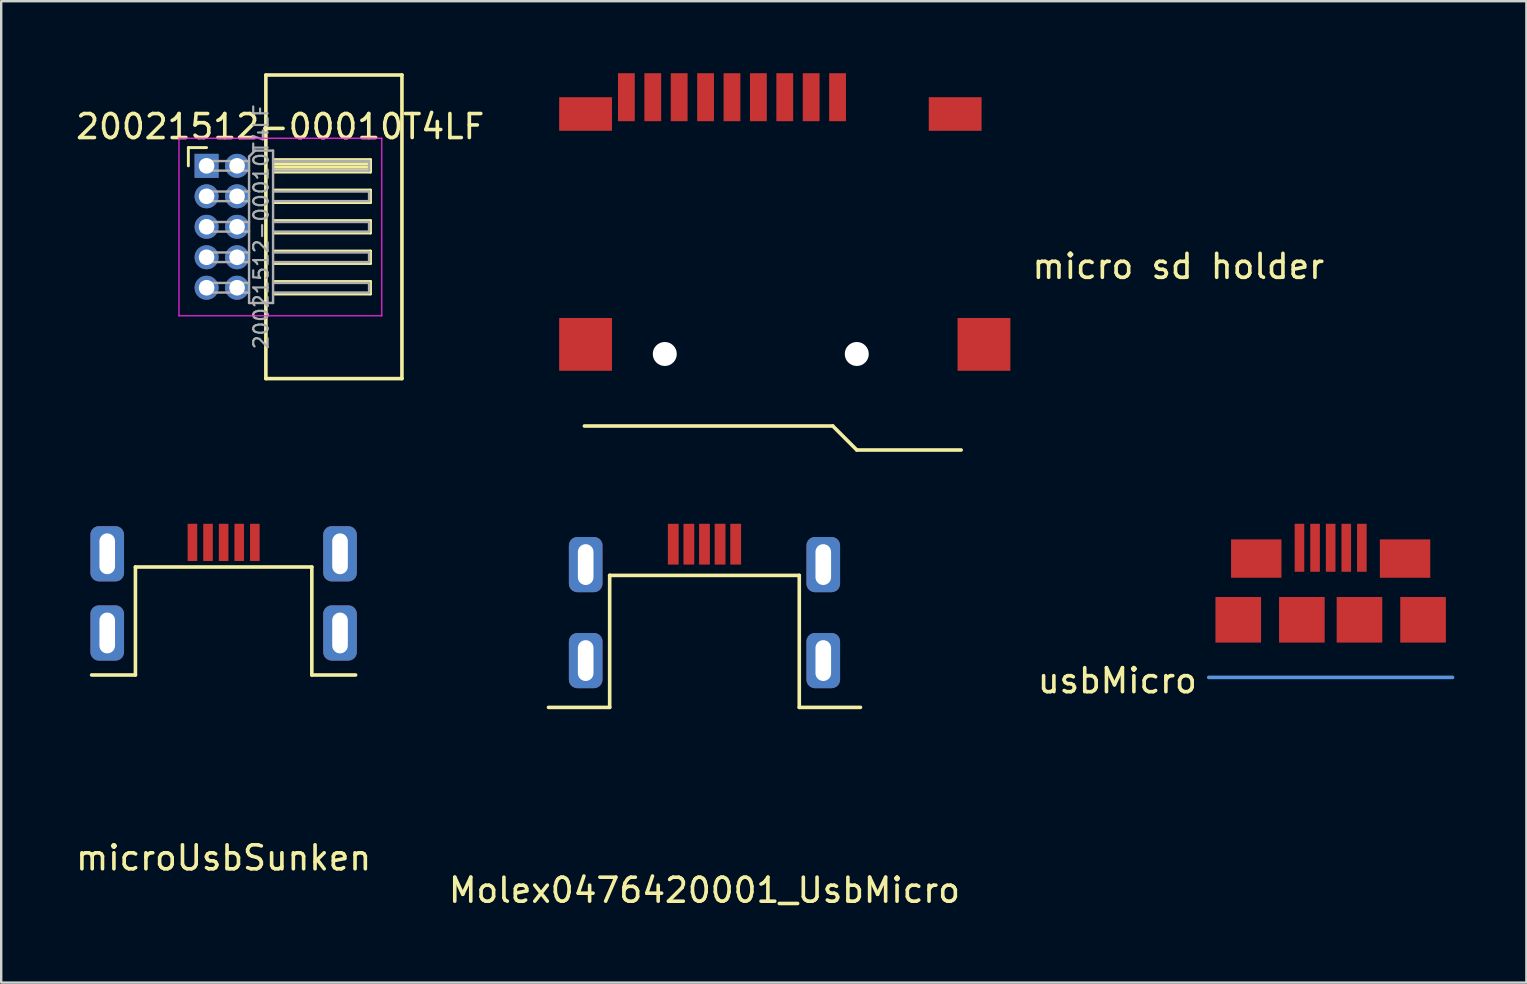
<source format=kicad_pcb>
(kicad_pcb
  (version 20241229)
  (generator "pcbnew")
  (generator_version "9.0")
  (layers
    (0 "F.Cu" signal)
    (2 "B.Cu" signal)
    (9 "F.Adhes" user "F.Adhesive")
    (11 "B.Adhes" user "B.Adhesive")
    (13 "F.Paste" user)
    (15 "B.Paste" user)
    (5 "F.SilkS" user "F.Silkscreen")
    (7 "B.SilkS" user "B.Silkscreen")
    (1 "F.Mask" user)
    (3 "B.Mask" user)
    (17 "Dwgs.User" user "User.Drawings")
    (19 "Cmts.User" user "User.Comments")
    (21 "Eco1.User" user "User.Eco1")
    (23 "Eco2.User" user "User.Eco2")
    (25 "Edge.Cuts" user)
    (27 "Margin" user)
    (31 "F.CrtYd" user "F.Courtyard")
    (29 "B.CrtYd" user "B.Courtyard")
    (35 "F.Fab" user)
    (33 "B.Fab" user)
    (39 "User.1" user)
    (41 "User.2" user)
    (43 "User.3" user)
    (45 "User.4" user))
  (footprint "usbMicro"
    (layer "F.Cu")
    (at 52.396 22.775)
    (property "Reference" "usbMicro" (at -8.89 2.54 0) (layer "F.SilkS") (effects (font (size 1 1) (thickness 0.15))))
    (attr through_hole)
    (fp_line (start -5.08 2.4) (end 5.08 2.4) (stroke (width 0.15) (type solid)) (layer "Cmts.User"))
    (pad "1" smd rect (at -1.3 -3) (size 0.4 2) (layers "F.Cu" "F.Mask" "F.Paste"))
    (pad "2" smd rect (at -0.65 -3) (size 0.4 2) (layers "F.Cu" "F.Mask" "F.Paste"))
    (pad "3" smd rect (at 0 -3) (size 0.4 2) (layers "F.Cu" "F.Mask" "F.Paste"))
    (pad "4" smd rect (at 0.65 -3) (size 0.4 2) (layers "F.Cu" "F.Mask" "F.Paste"))
    (pad "5" smd rect (at 1.3 -3) (size 0.4 2) (layers "F.Cu" "F.Mask" "F.Paste"))
    (pad "6" smd rect (at -3.85 0) (size 1.9 1.9) (layers "F.Cu" "F.Mask" "F.Paste"))
    (pad "6" smd rect (at -3.1 -2.55) (size 2.1 1.6) (layers "F.Cu" "F.Mask" "F.Paste"))
    (pad "6" smd rect (at -1.2 0) (size 1.9 1.9) (layers "F.Cu" "F.Mask" "F.Paste"))
    (pad "6" smd rect (at 1.2 0) (size 1.9 1.9) (layers "F.Cu" "F.Mask" "F.Paste"))
    (pad "6" smd rect (at 3.1 -2.55) (size 2.1 1.6) (layers "F.Cu" "F.Mask" "F.Paste"))
    (pad "6" smd rect (at 3.85 0) (size 1.9 1.9) (layers "F.Cu" "F.Mask" "F.Paste")))
  (footprint "20021512-00010T4LF"
    (layer "F.Cu")
    (at 5.558 3.86)
    (property "Reference" "20021512-00010T4LF" (at 3.067 -1.635 0) (layer "F.SilkS") (effects (font (size 1 1) (thickness 0.15))))
    (attr through_hole)
    (fp_line (start -0.76 -0.76) (end 0 -0.76) (stroke (width 0.12) (type solid)) (layer "F.SilkS"))
    (fp_line (start -0.76 0) (end -0.76 -0.76) (stroke (width 0.12) (type solid)) (layer "F.SilkS"))
    (fp_line (start 2.47 -3.785) (end 2.47 8.865) (stroke (width 0.15) (type solid)) (layer "F.SilkS"))
    (fp_line (start 2.47 -3.785) (end 8.14 -3.785) (stroke (width 0.15) (type solid)) (layer "F.SilkS"))
    (fp_line (start 2.47 8.865) (end 8.14 8.865) (stroke (width 0.15) (type solid)) (layer "F.SilkS"))
    (fp_line (start 2.83 -0.26) (end 6.83 -0.26) (stroke (width 0.12) (type solid)) (layer "F.SilkS"))
    (fp_line (start 2.83 -0.2) (end 6.83 -0.2) (stroke (width 0.12) (type solid)) (layer "F.SilkS"))
    (fp_line (start 2.83 -0.08) (end 6.83 -0.08) (stroke (width 0.12) (type solid)) (layer "F.SilkS"))
    (fp_line (start 2.83 0.04) (end 6.83 0.04) (stroke (width 0.12) (type solid)) (layer "F.SilkS"))
    (fp_line (start 2.83 0.16) (end 6.83 0.16) (stroke (width 0.12) (type solid)) (layer "F.SilkS"))
    (fp_line (start 2.83 1.01) (end 6.83 1.01) (stroke (width 0.12) (type solid)) (layer "F.SilkS"))
    (fp_line (start 2.83 2.28) (end 6.83 2.28) (stroke (width 0.12) (type solid)) (layer "F.SilkS"))
    (fp_line (start 2.83 3.55) (end 6.83 3.55) (stroke (width 0.12) (type solid)) (layer "F.SilkS"))
    (fp_line (start 2.83 4.82) (end 6.83 4.82) (stroke (width 0.12) (type solid)) (layer "F.SilkS"))
    (fp_line (start 6.83 -0.26) (end 6.83 0.26) (stroke (width 0.12) (type solid)) (layer "F.SilkS"))
    (fp_line (start 6.83 0.26) (end 2.83 0.26) (stroke (width 0.12) (type solid)) (layer "F.SilkS"))
    (fp_line (start 6.83 1.01) (end 6.83 1.53) (stroke (width 0.12) (type solid)) (layer "F.SilkS"))
    (fp_line (start 6.83 1.53) (end 2.83 1.53) (stroke (width 0.12) (type solid)) (layer "F.SilkS"))
    (fp_line (start 6.83 2.28) (end 6.83 2.8) (stroke (width 0.12) (type solid)) (layer "F.SilkS"))
    (fp_line (start 6.83 2.8) (end 2.83 2.8) (stroke (width 0.12) (type solid)) (layer "F.SilkS"))
    (fp_line (start 6.83 3.55) (end 6.83 4.07) (stroke (width 0.12) (type solid)) (layer "F.SilkS"))
    (fp_line (start 6.83 4.07) (end 2.83 4.07) (stroke (width 0.12) (type solid)) (layer "F.SilkS"))
    (fp_line (start 6.83 4.82) (end 6.83 5.34) (stroke (width 0.12) (type solid)) (layer "F.SilkS"))
    (fp_line (start 6.83 5.34) (end 2.83 5.34) (stroke (width 0.12) (type solid)) (layer "F.SilkS"))
    (fp_line (start 8.14 -3.785) (end 8.14 8.865) (stroke (width 0.15) (type solid)) (layer "F.SilkS"))
    (fp_line (start -1.15 -1.15) (end -1.15 6.25) (stroke (width 0.05) (type solid)) (layer "F.CrtYd"))
    (fp_line (start -1.15 6.25) (end 7.3 6.25) (stroke (width 0.05) (type solid)) (layer "F.CrtYd"))
    (fp_line (start 7.3 -1.15) (end -1.15 -1.15) (stroke (width 0.05) (type solid)) (layer "F.CrtYd"))
    (fp_line (start 7.3 6.25) (end 7.3 -1.15) (stroke (width 0.05) (type solid)) (layer "F.CrtYd"))
    (fp_line (start -0.2 -0.2) (end -0.2 0.2) (stroke (width 0.1) (type solid)) (layer "F.Fab"))
    (fp_line (start -0.2 -0.2) (end 1.77 -0.2) (stroke (width 0.1) (type solid)) (layer "F.Fab"))
    (fp_line (start -0.2 0.2) (end 1.77 0.2) (stroke (width 0.1) (type solid)) (layer "F.Fab"))
    (fp_line (start -0.2 1.07) (end -0.2 1.47) (stroke (width 0.1) (type solid)) (layer "F.Fab"))
    (fp_line (start -0.2 1.07) (end 1.77 1.07) (stroke (width 0.1) (type solid)) (layer "F.Fab"))
    (fp_line (start -0.2 1.47) (end 1.77 1.47) (stroke (width 0.1) (type solid)) (layer "F.Fab"))
    (fp_line (start -0.2 2.34) (end -0.2 2.74) (stroke (width 0.1) (type solid)) (layer "F.Fab"))
    (fp_line (start -0.2 2.34) (end 1.77 2.34) (stroke (width 0.1) (type solid)) (layer "F.Fab"))
    (fp_line (start -0.2 2.74) (end 1.77 2.74) (stroke (width 0.1) (type solid)) (layer "F.Fab"))
    (fp_line (start -0.2 3.61) (end -0.2 4.01) (stroke (width 0.1) (type solid)) (layer "F.Fab"))
    (fp_line (start -0.2 3.61) (end 1.77 3.61) (stroke (width 0.1) (type solid)) (layer "F.Fab"))
    (fp_line (start -0.2 4.01) (end 1.77 4.01) (stroke (width 0.1) (type solid)) (layer "F.Fab"))
    (fp_line (start -0.2 4.88) (end -0.2 5.28) (stroke (width 0.1) (type solid)) (layer "F.Fab"))
    (fp_line (start -0.2 4.88) (end 1.77 4.88) (stroke (width 0.1) (type solid)) (layer "F.Fab"))
    (fp_line (start -0.2 5.28) (end 1.77 5.28) (stroke (width 0.1) (type solid)) (layer "F.Fab"))
    (fp_line (start 1.77 -0.385) (end 2.02 -0.635) (stroke (width 0.1) (type solid)) (layer "F.Fab"))
    (fp_line (start 1.77 5.715) (end 1.77 -0.385) (stroke (width 0.1) (type solid)) (layer "F.Fab"))
    (fp_line (start 2.02 -0.635) (end 2.77 -0.635) (stroke (width 0.1) (type solid)) (layer "F.Fab"))
    (fp_line (start 2.77 -0.635) (end 2.77 5.715) (stroke (width 0.1) (type solid)) (layer "F.Fab"))
    (fp_line (start 2.77 -0.2) (end 6.77 -0.2) (stroke (width 0.1) (type solid)) (layer "F.Fab"))
    (fp_line (start 2.77 0.2) (end 6.77 0.2) (stroke (width 0.1) (type solid)) (layer "F.Fab"))
    (fp_line (start 2.77 1.07) (end 6.77 1.07) (stroke (width 0.1) (type solid)) (layer "F.Fab"))
    (fp_line (start 2.77 1.47) (end 6.77 1.47) (stroke (width 0.1) (type solid)) (layer "F.Fab"))
    (fp_line (start 2.77 2.34) (end 6.77 2.34) (stroke (width 0.1) (type solid)) (layer "F.Fab"))
    (fp_line (start 2.77 2.74) (end 6.77 2.74) (stroke (width 0.1) (type solid)) (layer "F.Fab"))
    (fp_line (start 2.77 3.61) (end 6.77 3.61) (stroke (width 0.1) (type solid)) (layer "F.Fab"))
    (fp_line (start 2.77 4.01) (end 6.77 4.01) (stroke (width 0.1) (type solid)) (layer "F.Fab"))
    (fp_line (start 2.77 4.88) (end 6.77 4.88) (stroke (width 0.1) (type solid)) (layer "F.Fab"))
    (fp_line (start 2.77 5.28) (end 6.77 5.28) (stroke (width 0.1) (type solid)) (layer "F.Fab"))
    (fp_line (start 2.77 5.715) (end 1.77 5.715) (stroke (width 0.1) (type solid)) (layer "F.Fab"))
    (fp_line (start 6.77 -0.2) (end 6.77 0.2) (stroke (width 0.1) (type solid)) (layer "F.Fab"))
    (fp_line (start 6.77 1.07) (end 6.77 1.47) (stroke (width 0.1) (type solid)) (layer "F.Fab"))
    (fp_line (start 6.77 2.34) (end 6.77 2.74) (stroke (width 0.1) (type solid)) (layer "F.Fab"))
    (fp_line (start 6.77 3.61) (end 6.77 4.01) (stroke (width 0.1) (type solid)) (layer "F.Fab"))
    (fp_line (start 6.77 4.88) (end 6.77 5.28) (stroke (width 0.1) (type solid)) (layer "F.Fab"))
    (fp_text user "${REFERENCE}" (at 2.27 2.54 90) (layer "F.Fab") (effects (font (size 0.6 0.6) (thickness 0.09))))
    (pad "1" thru_hole rect (at 0 0) (size 1 1) (drill 0.65) (layers "*.Cu" "*.Mask"))
    (pad "2" thru_hole oval (at 1.27 0) (size 1 1) (drill 0.65) (layers "*.Cu" "*.Mask"))
    (pad "3" thru_hole oval (at 0 1.27) (size 1 1) (drill 0.65) (layers "*.Cu" "*.Mask"))
    (pad "4" thru_hole oval (at 1.27 1.27) (size 1 1) (drill 0.65) (layers "*.Cu" "*.Mask"))
    (pad "5" thru_hole oval (at 0 2.54) (size 1 1) (drill 0.65) (layers "*.Cu" "*.Mask"))
    (pad "6" thru_hole oval (at 1.27 2.54) (size 1 1) (drill 0.65) (layers "*.Cu" "*.Mask"))
    (pad "7" thru_hole oval (at 0 3.81) (size 1 1) (drill 0.65) (layers "*.Cu" "*.Mask"))
    (pad "8" thru_hole oval (at 1.27 3.81) (size 1 1) (drill 0.65) (layers "*.Cu" "*.Mask"))
    (pad "9" thru_hole oval (at 0 5.08) (size 1 1) (drill 0.65) (layers "*.Cu" "*.Mask"))
    (pad "10" thru_hole oval (at 1.27 5.08) (size 1 1) (drill 0.65) (layers "*.Cu" "*.Mask")))
  (footprint "Molex0476420001_UsbMicro"
    (layer "F.Cu")
    (at 26.304 26.425)
    (property "Reference" "Molex0476420001_UsbMicro" (at 0 7.62 0) (layer "F.SilkS") (effects (font (size 1 1) (thickness 0.15))))
    (attr through_hole)
    (fp_line (start -3.95 -5.5) (end 3.95 -5.5) (stroke (width 0.15) (type solid)) (layer "F.SilkS"))
    (fp_line (start -3.95 0) (end -6.5 0) (stroke (width 0.15) (type solid)) (layer "F.SilkS"))
    (fp_line (start -3.95 0) (end -3.95 -5.5) (stroke (width 0.15) (type solid)) (layer "F.SilkS"))
    (fp_line (start 3.95 -5.5) (end 3.95 0) (stroke (width 0.15) (type solid)) (layer "F.SilkS"))
    (fp_line (start 3.95 0) (end 6.5 0) (stroke (width 0.15) (type solid)) (layer "F.SilkS"))
    (pad "1" smd rect (at -1.3 -6.8) (size 0.45 1.7) (layers "F.Cu" "F.Mask" "F.Paste"))
    (pad "2" smd rect (at -0.65 -6.8) (size 0.45 1.7) (layers "F.Cu" "F.Mask" "F.Paste"))
    (pad "3" smd rect (at 0 -6.8) (size 0.45 1.7) (layers "F.Cu" "F.Mask" "F.Paste"))
    (pad "4" smd rect (at 0.65 -6.8) (size 0.45 1.7) (layers "F.Cu" "F.Mask" "F.Paste"))
    (pad "5" smd rect (at 1.3 -6.8) (size 0.45 1.7) (layers "F.Cu" "F.Mask" "F.Paste"))
    (pad "6" thru_hole roundrect (at -4.95 -5.95) (size 1.4 2.3) (drill oval 0.65 1.7) (layers "*.Cu" "*.Mask") (roundrect_rratio 0.25))
    (pad "6" thru_hole roundrect (at -4.95 -1.95) (size 1.4 2.3) (drill oval 0.65 1.7) (layers "*.Cu" "*.Mask") (roundrect_rratio 0.25))
    (pad "6" thru_hole roundrect (at 4.95 -5.95) (size 1.4 2.3) (drill oval 0.65 1.7) (layers "*.Cu" "*.Mask") (roundrect_rratio 0.25))
    (pad "6" thru_hole roundrect (at 4.95 -1.95) (size 1.4 2.3) (drill oval 0.65 1.7) (layers "*.Cu" "*.Mask") (roundrect_rratio 0.25)))
  (footprint "microUsbSunken"
    (layer "F.Cu")
    (at 6.268 25.075)
    (property "Reference" "microUsbSunken" (at 0 7.62 0) (layer "F.SilkS") (effects (font (size 1 1) (thickness 0.15))))
    (attr through_hole)
    (fp_line (start -3.675 -4.5) (end 3.675 -4.5) (stroke (width 0.15) (type solid)) (layer "F.SilkS"))
    (fp_line (start -3.675 0) (end -5.5 0) (stroke (width 0.15) (type solid)) (layer "F.SilkS"))
    (fp_line (start -3.675 0) (end -3.675 -4.5) (stroke (width 0.15) (type solid)) (layer "F.SilkS"))
    (fp_line (start 3.675 -4.5) (end 3.675 0) (stroke (width 0.15) (type solid)) (layer "F.SilkS"))
    (fp_line (start 3.675 0) (end 5.5 0) (stroke (width 0.15) (type solid)) (layer "F.SilkS"))
    (pad "1" smd rect (at -1.3 -5.525) (size 0.4 1.55) (layers "F.Cu" "F.Mask" "F.Paste"))
    (pad "2" smd rect (at -0.65 -5.525) (size 0.4 1.55) (layers "F.Cu" "F.Mask" "F.Paste"))
    (pad "3" smd rect (at 0 -5.525) (size 0.4 1.55) (layers "F.Cu" "F.Mask" "F.Paste"))
    (pad "4" smd rect (at 0.65 -5.525) (size 0.4 1.55) (layers "F.Cu" "F.Mask" "F.Paste"))
    (pad "5" smd rect (at 1.3 -5.525) (size 0.4 1.55) (layers "F.Cu" "F.Mask" "F.Paste"))
    (pad "6" thru_hole roundrect (at -4.85 -5.05) (size 1.4 2.3) (drill oval 0.65 1.7) (layers "*.Cu" "*.Mask") (roundrect_rratio 0.25))
    (pad "6" thru_hole roundrect (at -4.85 -1.75) (size 1.4 2.3) (drill oval 0.65 1.7) (layers "*.Cu" "*.Mask") (roundrect_rratio 0.25))
    (pad "6" thru_hole roundrect (at 4.85 -5.05) (size 1.4 2.3) (drill oval 0.65 1.7) (layers "*.Cu" "*.Mask") (roundrect_rratio 0.25))
    (pad "6" thru_hole roundrect (at 4.85 -1.75) (size 1.4 2.3) (drill oval 0.65 1.7) (layers "*.Cu" "*.Mask") (roundrect_rratio 0.25)))
  (footprint "micro sd holder"
    (layer "F.Cu")
    (at 28.65 11.7)
    (property "Reference" "micro sd holder" (at 17.4 -3.65 0) (layer "F.SilkS") (effects (font (size 1 1) (thickness 0.15))))
    (attr through_hole)
    (fp_line (start -7.35 3) (end 3 3) (stroke (width 0.15) (type solid)) (layer "F.SilkS"))
    (fp_line (start 3 3) (end 4 4) (stroke (width 0.15) (type solid)) (layer "F.SilkS"))
    (fp_line (start 4 4) (end 8.35 4) (stroke (width 0.15) (type solid)) (layer "F.SilkS"))
    (pad "" np_thru_hole circle (at -4 0) (size 1 1) (drill 1) (layers "*.Cu" "*.Mask"))
    (pad "" np_thru_hole circle (at 4 0) (size 1 1) (drill 1) (layers "*.Cu" "*.Mask"))
    (pad "1" smd rect (at 3.2 -10.7) (size 0.7 2) (layers "F.Cu" "F.Mask" "F.Paste"))
    (pad "2" smd rect (at 2.1 -10.7) (size 0.7 2) (layers "F.Cu" "F.Mask" "F.Paste"))
    (pad "3" smd rect (at 1 -10.7) (size 0.7 2) (layers "F.Cu" "F.Mask" "F.Paste"))
    (pad "4" smd rect (at -0.1 -10.7) (size 0.7 2) (layers "F.Cu" "F.Mask" "F.Paste"))
    (pad "5" smd rect (at -1.2 -10.7) (size 0.7 2) (layers "F.Cu" "F.Mask" "F.Paste"))
    (pad "6" smd rect (at -2.3 -10.7) (size 0.7 2) (layers "F.Cu" "F.Mask" "F.Paste"))
    (pad "7" smd rect (at -3.4 -10.7) (size 0.7 2) (layers "F.Cu" "F.Mask" "F.Paste"))
    (pad "8" smd rect (at -4.5 -10.7) (size 0.7 2) (layers "F.Cu" "F.Mask" "F.Paste"))
    (pad "9" smd rect (at -5.6 -10.7) (size 0.7 2) (layers "F.Cu" "F.Mask" "F.Paste"))
    (pad "11" smd rect (at -7.3 -10) (size 2.2 1.4) (layers "F.Cu" "F.Mask" "F.Paste"))
    (pad "11" smd rect (at -7.3 -0.4) (size 2.2 2.2) (layers "F.Cu" "F.Mask" "F.Paste"))
    (pad "11" smd rect (at 8.1 -10) (size 2.2 1.4) (layers "F.Cu" "F.Mask" "F.Paste"))
    (pad "11" smd rect (at 9.3 -0.4) (size 2.2 2.2) (layers "F.Cu" "F.Mask" "F.Paste")))
  (gr_rect
    (start -3 -3)
    (end 60.551 37.893)
    (stroke (width 0.1) (type default))
    (fill no)
    (layer "Edge.Cuts")))
</source>
